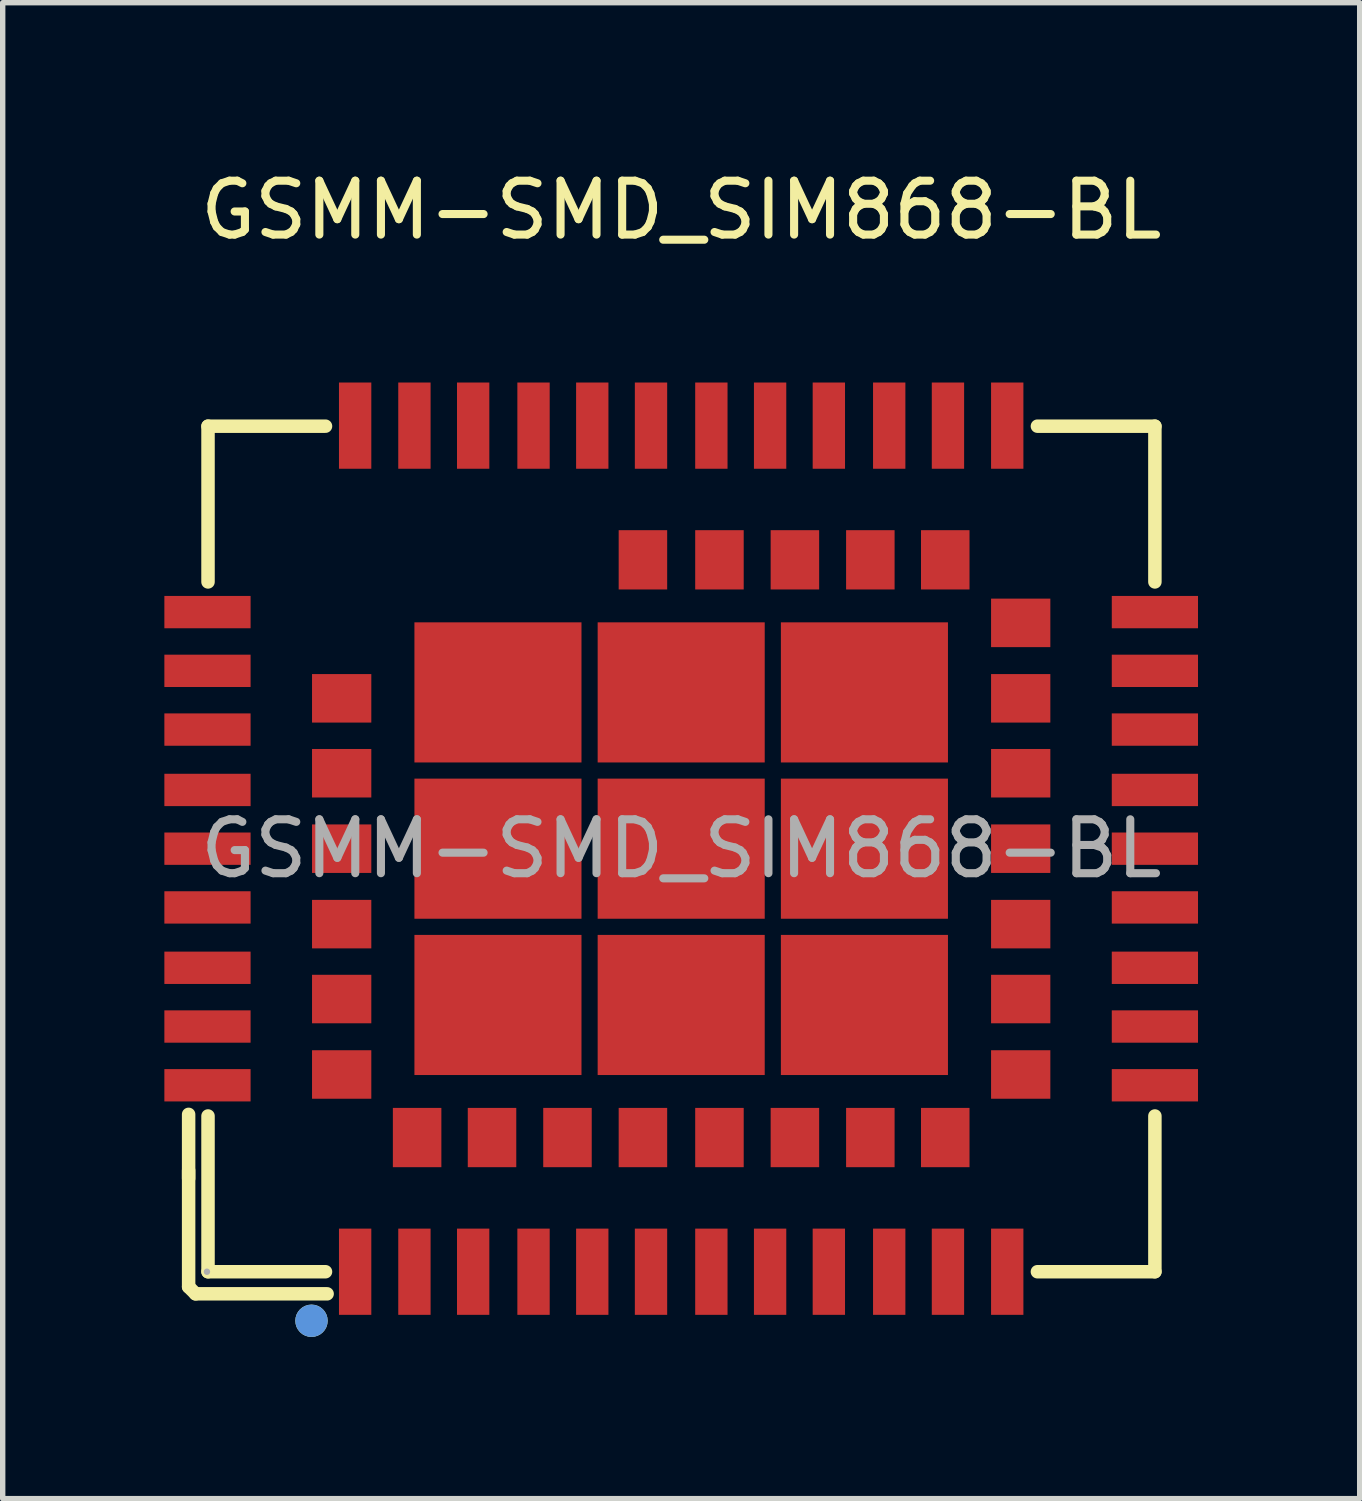
<source format=kicad_pcb>
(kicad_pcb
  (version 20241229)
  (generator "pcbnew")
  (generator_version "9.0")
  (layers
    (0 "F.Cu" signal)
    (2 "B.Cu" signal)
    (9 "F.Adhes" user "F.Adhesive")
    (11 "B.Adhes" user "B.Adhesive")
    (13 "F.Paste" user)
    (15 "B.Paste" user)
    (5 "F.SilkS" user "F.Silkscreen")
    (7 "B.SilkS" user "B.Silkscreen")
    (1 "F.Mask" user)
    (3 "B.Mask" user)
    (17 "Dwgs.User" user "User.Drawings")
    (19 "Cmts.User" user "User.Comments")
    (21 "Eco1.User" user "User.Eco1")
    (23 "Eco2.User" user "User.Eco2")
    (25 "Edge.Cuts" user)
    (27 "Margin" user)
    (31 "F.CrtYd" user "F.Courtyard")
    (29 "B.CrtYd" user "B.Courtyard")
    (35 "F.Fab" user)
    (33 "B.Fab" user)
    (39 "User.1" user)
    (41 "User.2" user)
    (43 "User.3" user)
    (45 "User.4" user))
  (footprint "GSMM-SMD_SIM868-BL"
    (layer "F.Cu")
    (at 9.59 12.698)
    (property "Reference" "GSMM-SMD_SIM868-BL" (at 0 -11.85 0) (layer "F.SilkS") (effects (font (size 1 1) (thickness 0.15))))
    (attr smd)
    (fp_line (start -9.14 5.97) (end -9.14 8.13) (stroke (width 0.25) (type solid)) (layer "F.SilkS"))
    (fp_line (start -9.14 6.12) (end -9.14 4.93) (stroke (width 0.25) (type solid)) (layer "F.SilkS"))
    (fp_line (start -9.14 8.13) (end -9.01 8.26) (stroke (width 0.25) (type solid)) (layer "F.SilkS"))
    (fp_line (start -9.01 8.26) (end -6.57 8.26) (stroke (width 0.25) (type solid)) (layer "F.SilkS"))
    (fp_line (start -8.78 -7.84) (end -6.6 -7.84) (stroke (width 0.25) (type solid)) (layer "F.SilkS"))
    (fp_line (start -8.78 -4.95) (end -8.78 -7.84) (stroke (width 0.25) (type solid)) (layer "F.SilkS"))
    (fp_line (start -8.78 7.85) (end -8.78 4.96) (stroke (width 0.25) (type solid)) (layer "F.SilkS"))
    (fp_line (start -6.6 7.85) (end -8.78 7.85) (stroke (width 0.25) (type solid)) (layer "F.SilkS"))
    (fp_line (start 6.61 7.85) (end 8.79 7.85) (stroke (width 0.25) (type solid)) (layer "F.SilkS"))
    (fp_line (start 8.79 -7.84) (end 6.61 -7.84) (stroke (width 0.25) (type solid)) (layer "F.SilkS"))
    (fp_line (start 8.79 -4.95) (end 8.79 -7.84) (stroke (width 0.25) (type solid)) (layer "F.SilkS"))
    (fp_line (start 8.79 7.85) (end 8.79 4.96) (stroke (width 0.25) (type solid)) (layer "F.SilkS"))
    (fp_circle (center -6.86 8.76) (end -6.71 8.76) (stroke (width 0.3) (type solid)) (fill no) (layer "F.SilkS"))
    (fp_circle (center -6.86 8.76) (end -6.71 8.76) (stroke (width 0.3) (type solid)) (fill no) (layer "Cmts.User"))
    (fp_circle (center -8.8 7.85) (end -8.77 7.85) (stroke (width 0.06) (type solid)) (fill no) (layer "F.Fab"))
    (fp_text user "${REFERENCE}" (at 0 0 0) (layer "F.Fab") (effects (font (size 1 1) (thickness 0.15))))
    (pad "1" smd rect (at -6.05 7.85 90) (size 1.6 0.6) (layers "F.Cu" "F.Mask" "F.Paste"))
    (pad "2" smd rect (at -4.95 7.85 90) (size 1.6 0.6) (layers "F.Cu" "F.Mask" "F.Paste"))
    (pad "3" smd rect (at -3.86 7.85 90) (size 1.6 0.6) (layers "F.Cu" "F.Mask" "F.Paste"))
    (pad "4" smd rect (at -2.74 7.85 90) (size 1.6 0.6) (layers "F.Cu" "F.Mask" "F.Paste"))
    (pad "5" smd rect (at -1.65 7.85 90) (size 1.6 0.6) (layers "F.Cu" "F.Mask" "F.Paste"))
    (pad "6" smd rect (at -0.56 7.85 90) (size 1.6 0.6) (layers "F.Cu" "F.Mask" "F.Paste"))
    (pad "7" smd rect (at 0.56 7.85 90) (size 1.6 0.6) (layers "F.Cu" "F.Mask" "F.Paste"))
    (pad "8" smd rect (at 1.65 7.85 90) (size 1.6 0.6) (layers "F.Cu" "F.Mask" "F.Paste"))
    (pad "9" smd rect (at 2.74 7.85 90) (size 1.6 0.6) (layers "F.Cu" "F.Mask" "F.Paste"))
    (pad "10" smd rect (at 3.86 7.85 90) (size 1.6 0.6) (layers "F.Cu" "F.Mask" "F.Paste"))
    (pad "11" smd rect (at 4.95 7.85 90) (size 1.6 0.6) (layers "F.Cu" "F.Mask" "F.Paste"))
    (pad "12" smd rect (at 6.05 7.85 90) (size 1.6 0.6) (layers "F.Cu" "F.Mask" "F.Paste"))
    (pad "13" smd rect (at 8.79 4.39 180) (size 1.6 0.6) (layers "F.Cu" "F.Mask" "F.Paste"))
    (pad "14" smd rect (at 8.79 3.3 180) (size 1.6 0.6) (layers "F.Cu" "F.Mask" "F.Paste"))
    (pad "15" smd rect (at 8.79 2.21 180) (size 1.6 0.6) (layers "F.Cu" "F.Mask" "F.Paste"))
    (pad "16" smd rect (at 8.79 1.09 180) (size 1.6 0.6) (layers "F.Cu" "F.Mask" "F.Paste"))
    (pad "17" smd rect (at 8.79 0 180) (size 1.6 0.6) (layers "F.Cu" "F.Mask" "F.Paste"))
    (pad "18" smd rect (at 8.79 -1.09 180) (size 1.6 0.6) (layers "F.Cu" "F.Mask" "F.Paste"))
    (pad "19" smd rect (at 8.79 -2.21 180) (size 1.6 0.6) (layers "F.Cu" "F.Mask" "F.Paste"))
    (pad "20" smd rect (at 8.79 -3.3 180) (size 1.6 0.6) (layers "F.Cu" "F.Mask" "F.Paste"))
    (pad "21" smd rect (at 8.79 -4.39 180) (size 1.6 0.6) (layers "F.Cu" "F.Mask" "F.Paste"))
    (pad "22" smd rect (at 6.05 -7.85 270) (size 1.6 0.6) (layers "F.Cu" "F.Mask" "F.Paste"))
    (pad "23" smd rect (at 4.95 -7.85 270) (size 1.6 0.6) (layers "F.Cu" "F.Mask" "F.Paste"))
    (pad "24" smd rect (at 3.86 -7.85 270) (size 1.6 0.6) (layers "F.Cu" "F.Mask" "F.Paste"))
    (pad "25" smd rect (at 2.74 -7.85 270) (size 1.6 0.6) (layers "F.Cu" "F.Mask" "F.Paste"))
    (pad "26" smd rect (at 1.65 -7.85 270) (size 1.6 0.6) (layers "F.Cu" "F.Mask" "F.Paste"))
    (pad "27" smd rect (at 0.56 -7.85 270) (size 1.6 0.6) (layers "F.Cu" "F.Mask" "F.Paste"))
    (pad "28" smd rect (at -0.56 -7.85 270) (size 1.6 0.6) (layers "F.Cu" "F.Mask" "F.Paste"))
    (pad "29" smd rect (at -1.65 -7.85 270) (size 1.6 0.6) (layers "F.Cu" "F.Mask" "F.Paste"))
    (pad "30" smd rect (at -2.74 -7.85 270) (size 1.6 0.6) (layers "F.Cu" "F.Mask" "F.Paste"))
    (pad "31" smd rect (at -3.86 -7.85 270) (size 1.6 0.6) (layers "F.Cu" "F.Mask" "F.Paste"))
    (pad "32" smd rect (at -4.95 -7.85 270) (size 1.6 0.6) (layers "F.Cu" "F.Mask" "F.Paste"))
    (pad "33" smd rect (at -6.05 -7.85 270) (size 1.6 0.6) (layers "F.Cu" "F.Mask" "F.Paste"))
    (pad "34" smd rect (at -8.79 -4.39) (size 1.6 0.6) (layers "F.Cu" "F.Mask" "F.Paste"))
    (pad "35" smd rect (at -8.79 -3.3) (size 1.6 0.6) (layers "F.Cu" "F.Mask" "F.Paste"))
    (pad "36" smd rect (at -8.79 -2.21) (size 1.6 0.6) (layers "F.Cu" "F.Mask" "F.Paste"))
    (pad "37" smd rect (at -8.79 -1.09) (size 1.6 0.6) (layers "F.Cu" "F.Mask" "F.Paste"))
    (pad "38" smd rect (at -8.79 0) (size 1.6 0.6) (layers "F.Cu" "F.Mask" "F.Paste"))
    (pad "39" smd rect (at -8.79 1.09) (size 1.6 0.6) (layers "F.Cu" "F.Mask" "F.Paste"))
    (pad "40" smd rect (at -8.79 2.21) (size 1.6 0.6) (layers "F.Cu" "F.Mask" "F.Paste"))
    (pad "41" smd rect (at -8.79 3.3) (size 1.6 0.6) (layers "F.Cu" "F.Mask" "F.Paste"))
    (pad "42" smd rect (at -8.79 4.39) (size 1.6 0.6) (layers "F.Cu" "F.Mask" "F.Paste"))
    (pad "43" smd rect (at -4.9 5.36 90) (size 1.1 0.9) (layers "F.Cu" "F.Mask" "F.Paste"))
    (pad "44" smd rect (at -3.51 5.36 90) (size 1.1 0.9) (layers "F.Cu" "F.Mask" "F.Paste"))
    (pad "45" smd rect (at -2.11 5.36 90) (size 1.1 0.9) (layers "F.Cu" "F.Mask" "F.Paste"))
    (pad "46" smd rect (at -0.71 5.36 90) (size 1.1 0.9) (layers "F.Cu" "F.Mask" "F.Paste"))
    (pad "47" smd rect (at 0.71 5.36 90) (size 1.1 0.9) (layers "F.Cu" "F.Mask" "F.Paste"))
    (pad "48" smd rect (at 2.11 5.36 90) (size 1.1 0.9) (layers "F.Cu" "F.Mask" "F.Paste"))
    (pad "49" smd rect (at 3.51 5.36 90) (size 1.1 0.9) (layers "F.Cu" "F.Mask" "F.Paste"))
    (pad "50" smd rect (at 4.9 5.36 90) (size 1.1 0.9) (layers "F.Cu" "F.Mask" "F.Paste"))
    (pad "51" smd rect (at 6.3 4.19 180) (size 1.1 0.9) (layers "F.Cu" "F.Mask" "F.Paste"))
    (pad "52" smd rect (at 6.3 2.79 180) (size 1.1 0.9) (layers "F.Cu" "F.Mask" "F.Paste"))
    (pad "53" smd rect (at 6.3 1.4 180) (size 1.1 0.9) (layers "F.Cu" "F.Mask" "F.Paste"))
    (pad "54" smd rect (at 6.3 0 180) (size 1.1 0.9) (layers "F.Cu" "F.Mask" "F.Paste"))
    (pad "55" smd rect (at 6.3 -1.4 180) (size 1.1 0.9) (layers "F.Cu" "F.Mask" "F.Paste"))
    (pad "56" smd rect (at 6.3 -2.79 180) (size 1.1 0.9) (layers "F.Cu" "F.Mask" "F.Paste"))
    (pad "57" smd rect (at 6.3 -4.19 180) (size 1.1 0.9) (layers "F.Cu" "F.Mask" "F.Paste"))
    (pad "58" smd rect (at 4.9 -5.36 270) (size 1.1 0.9) (layers "F.Cu" "F.Mask" "F.Paste"))
    (pad "59" smd rect (at 3.51 -5.36 270) (size 1.1 0.9) (layers "F.Cu" "F.Mask" "F.Paste"))
    (pad "60" smd rect (at 2.11 -5.36 270) (size 1.1 0.9) (layers "F.Cu" "F.Mask" "F.Paste"))
    (pad "61" smd rect (at 0.71 -5.36 270) (size 1.1 0.9) (layers "F.Cu" "F.Mask" "F.Paste"))
    (pad "62" smd rect (at -0.71 -5.36 270) (size 1.1 0.9) (layers "F.Cu" "F.Mask" "F.Paste"))
    (pad "63" smd rect (at -6.3 -2.79) (size 1.1 0.9) (layers "F.Cu" "F.Mask" "F.Paste"))
    (pad "64" smd rect (at -6.3 -1.4) (size 1.1 0.9) (layers "F.Cu" "F.Mask" "F.Paste"))
    (pad "65" smd rect (at -6.3 0) (size 1.1 0.9) (layers "F.Cu" "F.Mask" "F.Paste"))
    (pad "66" smd rect (at -6.3 1.4) (size 1.1 0.9) (layers "F.Cu" "F.Mask" "F.Paste"))
    (pad "67" smd rect (at -6.3 2.79) (size 1.1 0.9) (layers "F.Cu" "F.Mask" "F.Paste"))
    (pad "68" smd rect (at -6.3 4.19) (size 1.1 0.9) (layers "F.Cu" "F.Mask" "F.Paste"))
    (pad "69" smd rect (at -3.4 2.9 90) (size 2.6 3.1) (layers "F.Cu" "F.Mask" "F.Paste"))
    (pad "70" smd rect (at 0 2.9 90) (size 2.6 3.1) (layers "F.Cu" "F.Mask" "F.Paste"))
    (pad "71" smd rect (at 3.4 2.9 90) (size 2.6 3.1) (layers "F.Cu" "F.Mask" "F.Paste"))
    (pad "72" smd rect (at 3.4 0 90) (size 2.6 3.1) (layers "F.Cu" "F.Mask" "F.Paste"))
    (pad "73" smd rect (at 3.4 -2.9 90) (size 2.6 3.1) (layers "F.Cu" "F.Mask" "F.Paste"))
    (pad "74" smd rect (at 0 -2.9 90) (size 2.6 3.1) (layers "F.Cu" "F.Mask" "F.Paste"))
    (pad "75" smd rect (at -3.4 -2.9 90) (size 2.6 3.1) (layers "F.Cu" "F.Mask" "F.Paste"))
    (pad "76" smd rect (at -3.4 0 90) (size 2.6 3.1) (layers "F.Cu" "F.Mask" "F.Paste"))
    (pad "77" smd rect (at 0 0 90) (size 2.6 3.1) (layers "F.Cu" "F.Mask" "F.Paste")))
  (gr_rect
    (start -3 -3)
    (end 22.18 24.758)
    (stroke (width 0.1) (type default))
    (fill no)
    (layer "Edge.Cuts")))
</source>
